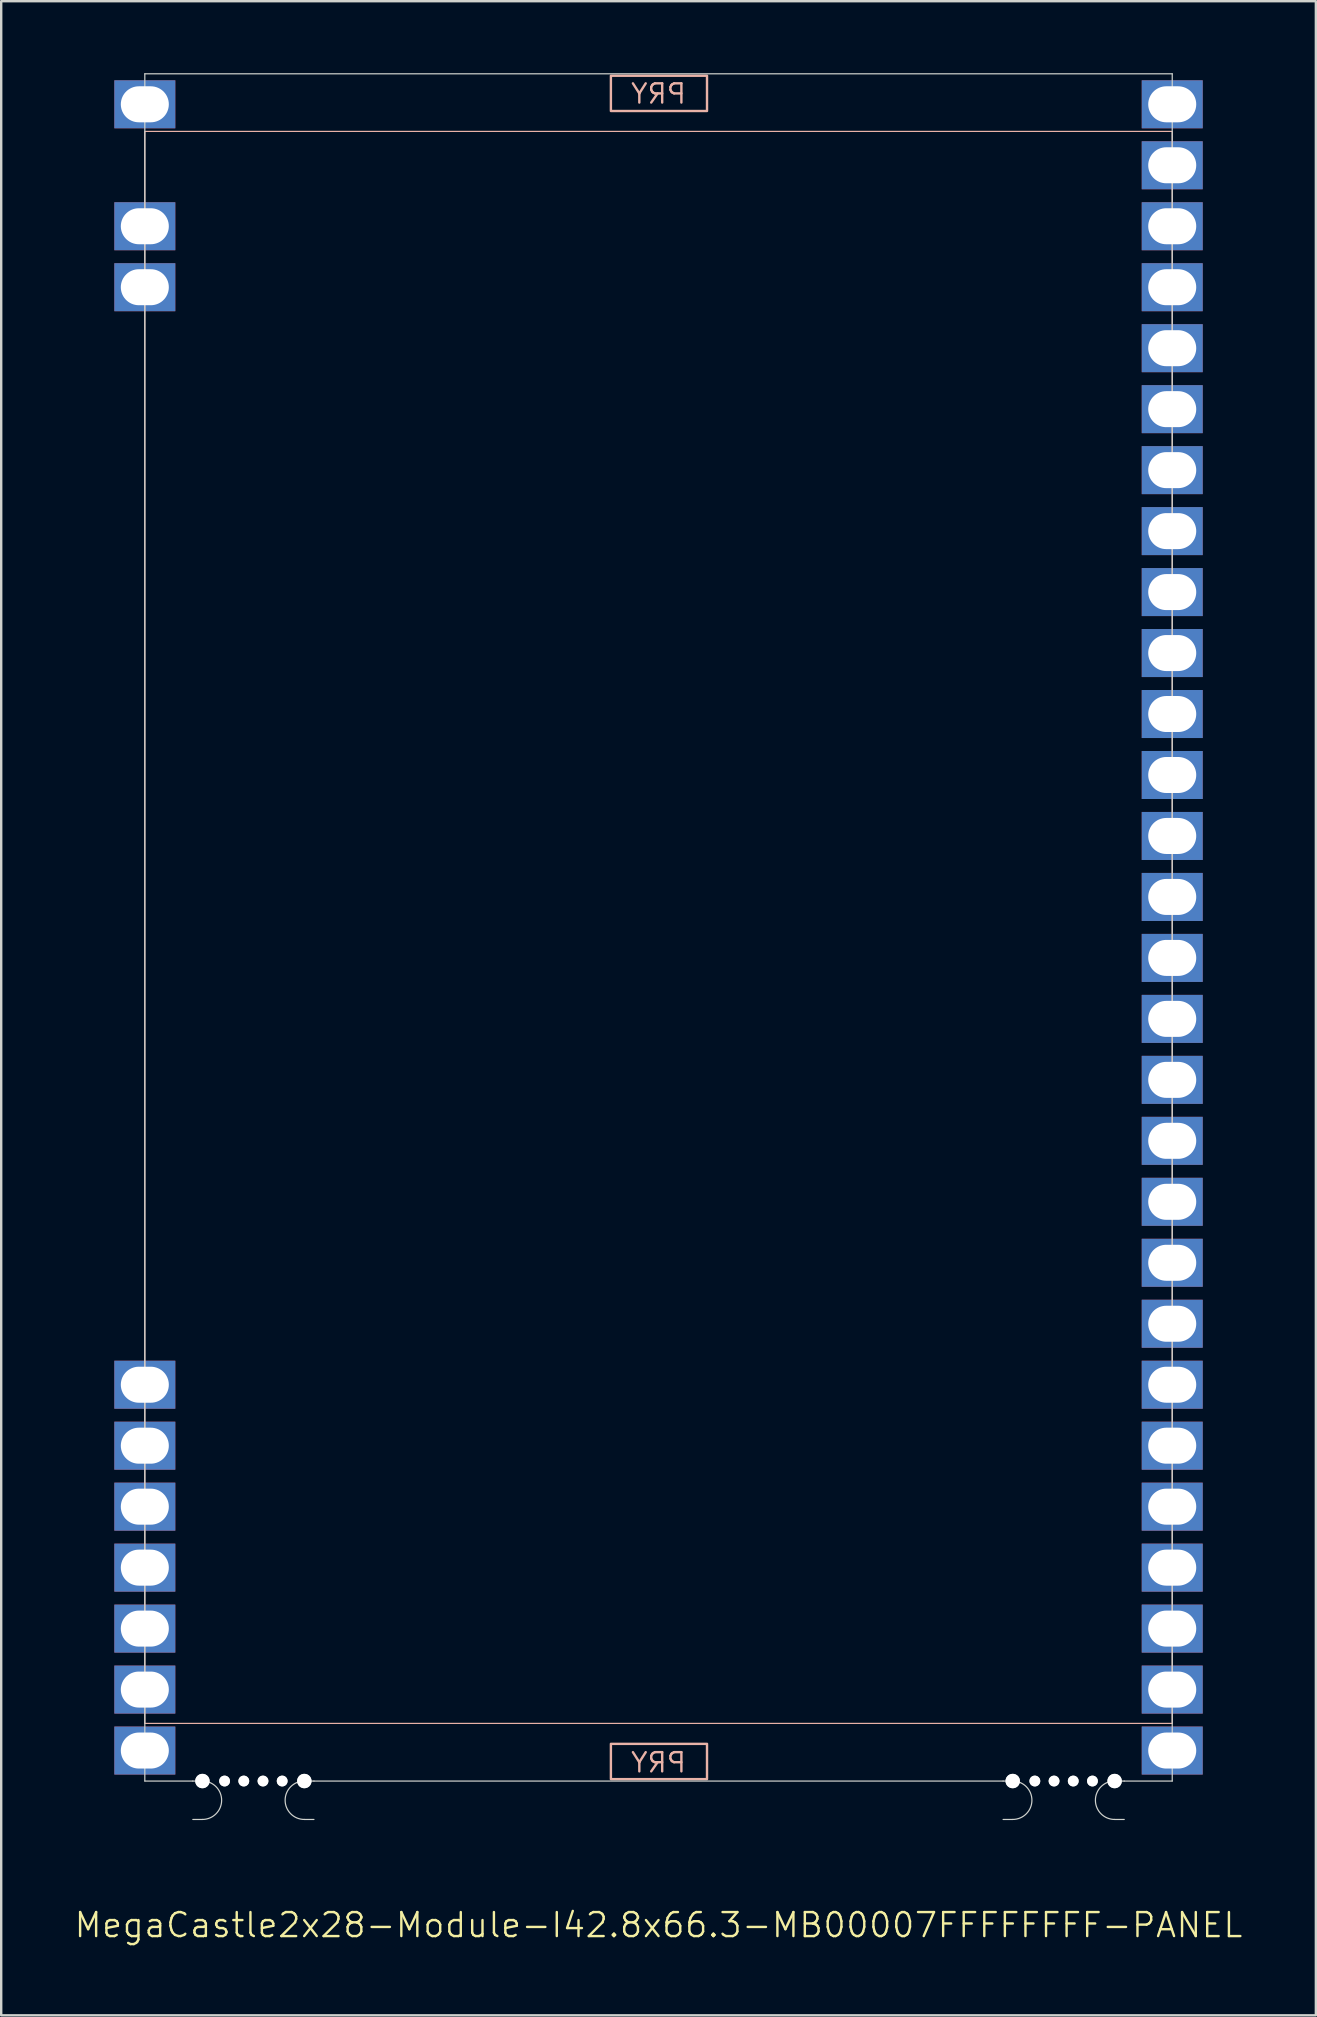
<source format=kicad_pcb>
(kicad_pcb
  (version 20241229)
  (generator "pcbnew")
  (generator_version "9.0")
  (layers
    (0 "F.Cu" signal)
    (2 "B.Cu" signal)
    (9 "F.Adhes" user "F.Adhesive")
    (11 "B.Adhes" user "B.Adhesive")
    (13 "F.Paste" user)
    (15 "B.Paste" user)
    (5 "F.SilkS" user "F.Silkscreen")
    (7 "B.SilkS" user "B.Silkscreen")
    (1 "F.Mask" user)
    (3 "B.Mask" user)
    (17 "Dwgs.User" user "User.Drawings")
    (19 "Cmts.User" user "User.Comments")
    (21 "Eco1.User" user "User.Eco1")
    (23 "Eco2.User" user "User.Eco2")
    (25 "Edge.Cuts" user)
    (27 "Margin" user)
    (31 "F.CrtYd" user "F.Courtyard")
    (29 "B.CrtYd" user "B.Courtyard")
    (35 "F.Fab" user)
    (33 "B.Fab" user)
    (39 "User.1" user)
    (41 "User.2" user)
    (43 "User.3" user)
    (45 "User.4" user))
  (footprint "MegaCastle2x28-Module-I42.8x66.3-MB00007FFFFFFFF-PANEL"
    (layer "F.Cu")
    (at 24.383 35.585)
    (property "Reference" "MegaCastle2x28-Module-I42.8x66.3-MB00007FFFFFFFF-PANEL" (at 0 41.56 0) (unlocked yes) (layer "F.SilkS") (effects (font (size 1 1) (thickness 0.1))))
    (attr smd)
    (fp_rect (start -21.4 33.16) (end 21.4 -33.16) (stroke (width 0.05) (type default)) (fill no) (layer "B.SilkS"))
    (fp_rect (start -1.984 -34.011) (end 2.02 -35.48) (stroke (width 0.1) (type default)) (fill no) (layer "B.SilkS"))
    (fp_rect (start -1.984 34.011) (end 2.02 35.48) (stroke (width 0.1) (type default)) (fill no) (layer "B.SilkS"))
    (fp_line (start -21.4 -35.56) (end -21.4 35.56) (stroke (width 0.05) (type default)) (layer "Edge.Cuts"))
    (fp_line (start -21.4 -35.56) (end 21.4 -35.56) (stroke (width 0.05) (type default)) (layer "Edge.Cuts"))
    (fp_line (start -21.4 35.56) (end -19.4 35.56) (stroke (width 0.05) (type default)) (layer "Edge.Cuts"))
    (fp_line (start -19.4 35.56) (end -19 35.56) (stroke (width 0.05) (type default)) (layer "Edge.Cuts"))
    (fp_line (start -19.4 37.16) (end -19 37.16) (stroke (width 0.05) (type default)) (layer "Edge.Cuts"))
    (fp_line (start -14.355 35.56) (end -14.755 35.56) (stroke (width 0.05) (type default)) (layer "Edge.Cuts"))
    (fp_line (start -14.355 35.56) (end 14.355 35.56) (stroke (width 0.05) (type default)) (layer "Edge.Cuts"))
    (fp_line (start -14.355 37.16) (end -14.755 37.16) (stroke (width 0.05) (type default)) (layer "Edge.Cuts"))
    (fp_line (start 14.355 35.56) (end 14.755 35.56) (stroke (width 0.05) (type default)) (layer "Edge.Cuts"))
    (fp_line (start 14.355 37.16) (end 14.755 37.16) (stroke (width 0.05) (type default)) (layer "Edge.Cuts"))
    (fp_line (start 19.4 35.56) (end 19 35.56) (stroke (width 0.05) (type default)) (layer "Edge.Cuts"))
    (fp_line (start 19.4 35.56) (end 21.4 35.56) (stroke (width 0.05) (type default)) (layer "Edge.Cuts"))
    (fp_line (start 19.4 37.16) (end 19 37.16) (stroke (width 0.05) (type default)) (layer "Edge.Cuts"))
    (fp_line (start 21.4 -35.56) (end 21.4 35.56) (stroke (width 0.05) (type default)) (layer "Edge.Cuts"))
    (fp_arc (start -19 35.560001) (mid -18.199999 36.360001) (end -19 37.16) (stroke (width 0.05) (type default)) (layer "Edge.Cuts"))
    (fp_arc (start -14.754999 37.16) (mid -15.554999 36.360001) (end -14.754999 35.560001) (stroke (width 0.05) (type default)) (layer "Edge.Cuts"))
    (fp_arc (start 14.754997 35.560001) (mid 15.554997 36.360001) (end 14.754997 37.16) (stroke (width 0.05) (type default)) (layer "Edge.Cuts"))
    (fp_arc (start 18.999998 37.16) (mid 18.2 36.36) (end 18.999998 35.560001) (stroke (width 0.05) (type default)) (layer "Edge.Cuts"))
    (fp_text user "PRY" (at 0 35.26 0) (unlocked yes) (layer "B.SilkS") (effects (font (size 0.8 0.8) (thickness 0.1)) (justify bottom mirror)))
    (fp_text user "PRY" (at 0 -34.26 0) (unlocked yes) (layer "B.SilkS") (effects (font (size 0.8 0.8) (thickness 0.1)) (justify bottom mirror)))
    (pad "" np_thru_hole circle (at -19 35.56) (size 0.6 0.6) (drill 0.6) (layers "*.Cu" "Edge.Cuts"))
    (pad "" np_thru_hole circle (at -18.077 35.56) (size 0.45 0.45) (drill 0.45) (layers "*.Cu" "Edge.Cuts"))
    (pad "" np_thru_hole circle (at -17.277 35.56) (size 0.45 0.45) (drill 0.45) (layers "*.Cu" "Edge.Cuts"))
    (pad "" np_thru_hole circle (at -16.477 35.56) (size 0.45 0.45) (drill 0.45) (layers "*.Cu" "Edge.Cuts"))
    (pad "" np_thru_hole circle (at -15.678 35.56) (size 0.45 0.45) (drill 0.45) (layers "*.Cu" "Edge.Cuts"))
    (pad "" np_thru_hole circle (at -14.755 35.56) (size 0.6 0.6) (drill 0.6) (layers "*.Cu" "Edge.Cuts"))
    (pad "" np_thru_hole circle (at 14.755 35.56) (size 0.6 0.6) (drill 0.6) (layers "*.Cu" "Edge.Cuts"))
    (pad "" np_thru_hole circle (at 15.677 35.56) (size 0.45 0.45) (drill 0.45) (layers "*.Cu" "Edge.Cuts"))
    (pad "" np_thru_hole circle (at 16.477 35.56) (size 0.45 0.45) (drill 0.45) (layers "*.Cu" "Edge.Cuts"))
    (pad "" np_thru_hole circle (at 17.277 35.56) (size 0.45 0.45) (drill 0.45) (layers "*.Cu" "Edge.Cuts"))
    (pad "" np_thru_hole circle (at 18.077 35.56) (size 0.45 0.45) (drill 0.45) (layers "*.Cu" "Edge.Cuts"))
    (pad "" np_thru_hole circle (at 19 35.56) (size 0.6 0.6) (drill 0.6) (layers "*.Cu" "Edge.Cuts"))
    (pad "1" thru_hole rect (at -21.4 -34.29) (size 2.54 2) (drill oval 2 1.5) (property pad_prop_castellated) (layers "*.Cu" "*.Mask"))
    (pad "3" thru_hole rect (at -21.4 -29.21) (size 2.54 2) (drill oval 2 1.5) (property pad_prop_castellated) (layers "*.Cu" "*.Mask"))
    (pad "4" thru_hole rect (at -21.4 -26.67) (size 2.54 2) (drill oval 2 1.5) (property pad_prop_castellated) (layers "*.Cu" "*.Mask"))
    (pad "22" thru_hole rect (at -21.4 19.05) (size 2.54 2) (drill oval 2 1.5) (property pad_prop_castellated) (layers "*.Cu" "*.Mask"))
    (pad "23" thru_hole rect (at -21.4 21.59) (size 2.54 2) (drill oval 2 1.5) (property pad_prop_castellated) (layers "*.Cu" "*.Mask"))
    (pad "24" thru_hole rect (at -21.4 24.13) (size 2.54 2) (drill oval 2 1.5) (property pad_prop_castellated) (layers "*.Cu" "*.Mask"))
    (pad "25" thru_hole rect (at -21.4 26.67) (size 2.54 2) (drill oval 2 1.5) (property pad_prop_castellated) (layers "*.Cu" "*.Mask"))
    (pad "26" thru_hole rect (at -21.4 29.21) (size 2.54 2) (drill oval 2 1.5) (property pad_prop_castellated) (layers "*.Cu" "*.Mask"))
    (pad "27" thru_hole rect (at -21.4 31.75) (size 2.54 2) (drill oval 2 1.5) (property pad_prop_castellated) (layers "*.Cu" "*.Mask"))
    (pad "28" thru_hole rect (at -21.4 34.29) (size 2.54 2) (drill oval 2 1.5) (property pad_prop_castellated) (layers "*.Cu" "*.Mask"))
    (pad "29" thru_hole rect (at 21.4 -34.29) (size 2.54 2) (drill oval 2 1.5) (property pad_prop_castellated) (layers "*.Cu" "*.Mask"))
    (pad "30" thru_hole rect (at 21.4 -31.75) (size 2.54 2) (drill oval 2 1.5) (property pad_prop_castellated) (layers "*.Cu" "*.Mask"))
    (pad "31" thru_hole rect (at 21.4 -29.21) (size 2.54 2) (drill oval 2 1.5) (property pad_prop_castellated) (layers "*.Cu" "*.Mask"))
    (pad "32" thru_hole rect (at 21.4 -26.67) (size 2.54 2) (drill oval 2 1.5) (property pad_prop_castellated) (layers "*.Cu" "*.Mask"))
    (pad "33" thru_hole rect (at 21.4 -24.13) (size 2.54 2) (drill oval 2 1.5) (property pad_prop_castellated) (layers "*.Cu" "*.Mask"))
    (pad "34" thru_hole rect (at 21.4 -21.59) (size 2.54 2) (drill oval 2 1.5) (property pad_prop_castellated) (layers "*.Cu" "*.Mask"))
    (pad "35" thru_hole rect (at 21.4 -19.05) (size 2.54 2) (drill oval 2 1.5) (property pad_prop_castellated) (layers "*.Cu" "*.Mask"))
    (pad "36" thru_hole rect (at 21.4 -16.51) (size 2.54 2) (drill oval 2 1.5) (property pad_prop_castellated) (layers "*.Cu" "*.Mask"))
    (pad "37" thru_hole rect (at 21.4 -13.97) (size 2.54 2) (drill oval 2 1.5) (property pad_prop_castellated) (layers "*.Cu" "*.Mask"))
    (pad "38" thru_hole rect (at 21.4 -11.43) (size 2.54 2) (drill oval 2 1.5) (property pad_prop_castellated) (layers "*.Cu" "*.Mask"))
    (pad "39" thru_hole rect (at 21.4 -8.89) (size 2.54 2) (drill oval 2 1.5) (property pad_prop_castellated) (layers "*.Cu" "*.Mask"))
    (pad "40" thru_hole rect (at 21.4 -6.35) (size 2.54 2) (drill oval 2 1.5) (property pad_prop_castellated) (layers "*.Cu" "*.Mask"))
    (pad "41" thru_hole rect (at 21.4 -3.81) (size 2.54 2) (drill oval 2 1.5) (property pad_prop_castellated) (layers "*.Cu" "*.Mask"))
    (pad "42" thru_hole rect (at 21.4 -1.27) (size 2.54 2) (drill oval 2 1.5) (property pad_prop_castellated) (layers "*.Cu" "*.Mask"))
    (pad "43" thru_hole rect (at 21.4 1.27) (size 2.54 2) (drill oval 2 1.5) (property pad_prop_castellated) (layers "*.Cu" "*.Mask"))
    (pad "44" thru_hole rect (at 21.4 3.81) (size 2.54 2) (drill oval 2 1.5) (property pad_prop_castellated) (layers "*.Cu" "*.Mask"))
    (pad "45" thru_hole rect (at 21.4 6.35) (size 2.54 2) (drill oval 2 1.5) (property pad_prop_castellated) (layers "*.Cu" "*.Mask"))
    (pad "46" thru_hole rect (at 21.4 8.89) (size 2.54 2) (drill oval 2 1.5) (property pad_prop_castellated) (layers "*.Cu" "*.Mask"))
    (pad "47" thru_hole rect (at 21.4 11.43) (size 2.54 2) (drill oval 2 1.5) (property pad_prop_castellated) (layers "*.Cu" "*.Mask"))
    (pad "48" thru_hole rect (at 21.4 13.97) (size 2.54 2) (drill oval 2 1.5) (property pad_prop_castellated) (layers "*.Cu" "*.Mask"))
    (pad "49" thru_hole rect (at 21.4 16.51) (size 2.54 2) (drill oval 2 1.5) (property pad_prop_castellated) (layers "*.Cu" "*.Mask"))
    (pad "50" thru_hole rect (at 21.4 19.05) (size 2.54 2) (drill oval 2 1.5) (property pad_prop_castellated) (layers "*.Cu" "*.Mask"))
    (pad "51" thru_hole rect (at 21.4 21.59) (size 2.54 2) (drill oval 2 1.5) (property pad_prop_castellated) (layers "*.Cu" "*.Mask"))
    (pad "52" thru_hole rect (at 21.4 24.13) (size 2.54 2) (drill oval 2 1.5) (property pad_prop_castellated) (layers "*.Cu" "*.Mask"))
    (pad "53" thru_hole rect (at 21.4 26.67) (size 2.54 2) (drill oval 2 1.5) (property pad_prop_castellated) (layers "*.Cu" "*.Mask"))
    (pad "54" thru_hole rect (at 21.4 29.21) (size 2.54 2) (drill oval 2 1.5) (property pad_prop_castellated) (layers "*.Cu" "*.Mask"))
    (pad "55" thru_hole rect (at 21.4 31.75) (size 2.54 2) (drill oval 2 1.5) (property pad_prop_castellated) (layers "*.Cu" "*.Mask"))
    (pad "56" thru_hole rect (at 21.4 34.29) (size 2.54 2) (drill oval 2 1.5) (property pad_prop_castellated) (layers "*.Cu" "*.Mask"))
    (zone (net_name "") (layer "B.Cu") (hatch edge 0.5) (connect_pads) (min_thickness 0.25) (filled_areas_thickness no) (keepout (tracks allowed) (vias allowed) (pads allowed) (copperpour allowed) (footprints not_allowed)) (placement (enabled no)) (fill) (polygon (pts (xy 2.983 71.145) (xy 2.983 0.025))))
    (zone (net_name "") (layer "B.Cu") (hatch edge 0.5) (connect_pads) (min_thickness 0.25) (filled_areas_thickness no) (keepout (tracks allowed) (vias allowed) (pads allowed) (copperpour allowed) (footprints not_allowed)) (placement (enabled no)) (fill) (polygon (pts (xy 45.783 71.145) (xy 45.783 0.025))))
    (zone (net_name "") (layer "B.Cu") (hatch edge 0.5) (connect_pads) (min_thickness 0.25) (filled_areas_thickness no) (keepout (tracks allowed) (vias allowed) (pads allowed) (copperpour allowed) (footprints not_allowed)) (placement (enabled no)) (fill) (polygon (pts (xy 2.983 0.025) (xy 2.983 2.425) (xy 45.783 2.425) (xy 45.783 0.025))))
    (zone (net_name "") (layer "B.Cu") (hatch edge 0.5) (connect_pads) (min_thickness 0.25) (filled_areas_thickness no) (keepout (tracks allowed) (vias allowed) (pads allowed) (copperpour allowed) (footprints not_allowed)) (placement (enabled no)) (fill) (polygon (pts (xy 2.983 71.145) (xy 2.983 68.745) (xy 45.783 68.745) (xy 45.783 71.145))))
    (zone (net_name "") (layer "B.Cu") (name "Upper Pry Zone") (hatch edge 0.5) (connect_pads) (min_thickness 0.25) (filled_areas_thickness no) (keepout (tracks not_allowed) (vias not_allowed) (pads not_allowed) (copperpour allowed) (footprints not_allowed)) (placement (enabled no)) (fill) (polygon (pts (xy 22.399 1.574) (xy 22.399 0.105) (xy 26.403 0.105) (xy 26.403 1.574))))
    (zone (net_name "") (layer "B.Cu") (name "Upper Pry Zone") (hatch edge 0.5) (connect_pads) (min_thickness 0.25) (filled_areas_thickness no) (keepout (tracks not_allowed) (vias not_allowed) (pads not_allowed) (copperpour allowed) (footprints not_allowed)) (placement (enabled no)) (fill) (polygon (pts (xy 22.399 69.596) (xy 22.399 71.065) (xy 26.403 71.065) (xy 26.403 69.596)))))
  (gr_rect
    (start -3 -3)
    (end 51.767 80.906)
    (stroke (width 0.1) (type default))
    (fill no)
    (layer "Edge.Cuts")))
</source>
